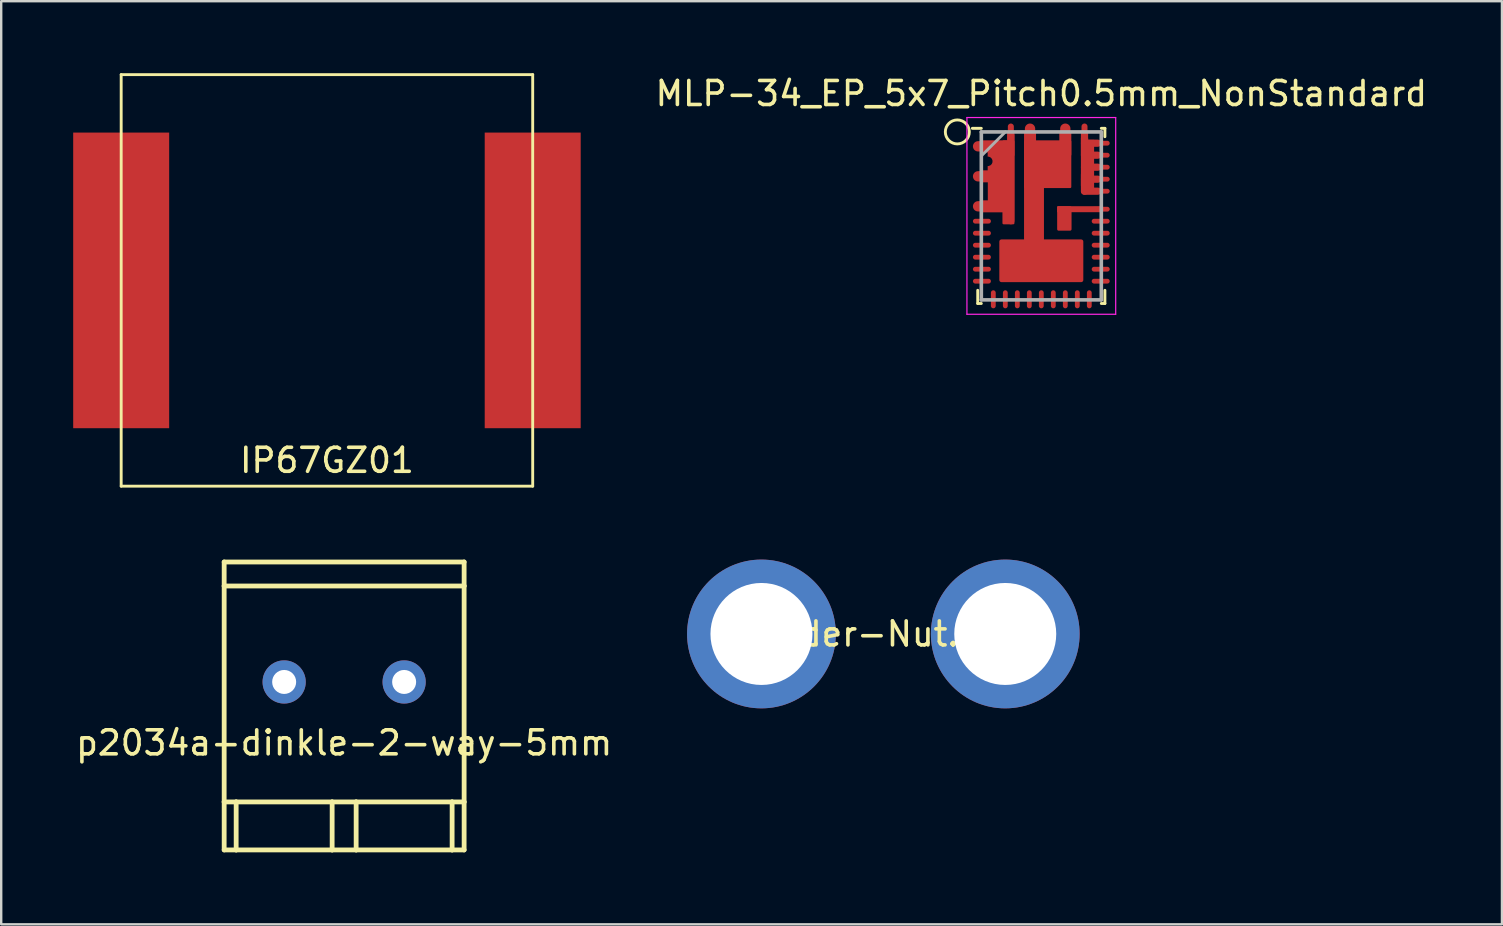
<source format=kicad_pcb>
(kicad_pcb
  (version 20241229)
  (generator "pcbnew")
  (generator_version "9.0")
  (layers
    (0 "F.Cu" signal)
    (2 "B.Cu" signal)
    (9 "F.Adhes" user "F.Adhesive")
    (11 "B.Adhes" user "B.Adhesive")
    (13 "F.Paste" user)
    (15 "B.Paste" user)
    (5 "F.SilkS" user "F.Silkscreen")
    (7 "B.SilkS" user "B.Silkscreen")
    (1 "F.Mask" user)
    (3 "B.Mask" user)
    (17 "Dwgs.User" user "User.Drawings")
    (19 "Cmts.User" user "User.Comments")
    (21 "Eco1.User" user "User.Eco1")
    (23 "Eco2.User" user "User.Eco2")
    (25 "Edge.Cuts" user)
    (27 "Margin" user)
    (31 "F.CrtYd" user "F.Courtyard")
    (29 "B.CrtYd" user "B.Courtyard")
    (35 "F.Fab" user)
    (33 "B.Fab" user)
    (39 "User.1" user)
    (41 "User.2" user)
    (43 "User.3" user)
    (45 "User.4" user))
  (footprint "IP67GZ01"
    (layer "F.Cu")
    (at 10.575 8.635)
    (property "Reference" "IP67GZ01" (at 0 7.5 0) (layer "F.SilkS") (effects (font (size 1 1) (thickness 0.15))))
    (attr through_hole)
    (fp_line (start -8.575 -8.575) (end -8.575 8.575) (stroke (width 0.12) (type solid)) (layer "F.SilkS"))
    (fp_line (start -8.575 -8.575) (end 8.575 -8.575) (stroke (width 0.12) (type solid)) (layer "F.SilkS"))
    (fp_line (start -8.575 8.575) (end 8.575 8.575) (stroke (width 0.12) (type solid)) (layer "F.SilkS"))
    (fp_line (start 8.575 -8.575) (end 8.575 8.575) (stroke (width 0.12) (type solid)) (layer "F.SilkS"))
    (pad "1" smd rect (at -8.575 0) (size 4 12.32) (layers "F.Cu" "F.Mask" "F.Paste"))
    (pad "2" smd rect (at 8.575 0) (size 4 12.32) (layers "F.Cu" "F.Mask" "F.Paste")))
  (footprint "Solder-Nut.2x1"
    (layer "F.Cu")
    (at 33.763 23.37)
    (property "Reference" "Solder-Nut.2x1" (at 0 0 0) (layer "F.SilkS") (effects (font (size 1 1) (thickness 0.15))))
    (attr through_hole)
    (pad "1" thru_hole circle (at -5.08 0) (size 6.2 6.2) (drill 4.25) (layers "*.Cu" "*.Mask"))
    (pad "2" thru_hole circle (at 5.08 0) (size 6.2 6.2) (drill 4.25) (layers "*.Cu" "*.Mask")))
  (footprint "MLP-34_EP_5x7_Pitch0.5mm_NonStandard"
    (layer "F.Cu")
    (at 40.346 5.948)
    (property "Reference" "MLP-34_EP_5x7_Pitch0.5mm_NonStandard" (at 0 -5.1 0) (layer "F.SilkS") (effects (font (size 1 1) (thickness 0.15))))
    (attr smd)
    (fp_line (start -2.65 3.65) (end -2.65 3.1) (stroke (width 0.12) (type solid)) (layer "F.SilkS"))
    (fp_line (start -2.5 -3.65) (end -2.875 -3.65) (stroke (width 0.12) (type solid)) (layer "F.SilkS"))
    (fp_line (start -2.5 3.65) (end -2.65 3.65) (stroke (width 0.12) (type solid)) (layer "F.SilkS"))
    (fp_line (start 2.5 -3.65) (end 2.65 -3.65) (stroke (width 0.12) (type solid)) (layer "F.SilkS"))
    (fp_line (start 2.5 3.65) (end 2.65 3.65) (stroke (width 0.12) (type solid)) (layer "F.SilkS"))
    (fp_line (start 2.65 -3.65) (end 2.65 -3.3) (stroke (width 0.12) (type solid)) (layer "F.SilkS"))
    (fp_line (start 2.65 3.65) (end 2.65 3.1) (stroke (width 0.12) (type solid)) (layer "F.SilkS"))
    (fp_circle (center -3.5 -3.5) (end -3.5 -4) (stroke (width 0.12) (type solid)) (fill no) (layer "F.SilkS"))
    (fp_line (start -3.1 -4.1) (end 3.1 -4.1) (stroke (width 0.05) (type solid)) (layer "F.CrtYd"))
    (fp_line (start -3.1 4.1) (end -3.1 -4.1) (stroke (width 0.05) (type solid)) (layer "F.CrtYd"))
    (fp_line (start 3.1 -4.1) (end 3.1 4.1) (stroke (width 0.05) (type solid)) (layer "F.CrtYd"))
    (fp_line (start 3.1 4.1) (end -3.1 4.1) (stroke (width 0.05) (type solid)) (layer "F.CrtYd"))
    (fp_line (start -2.5 -3.5) (end -2.5 3.5) (stroke (width 0.15) (type solid)) (layer "F.Fab"))
    (fp_line (start -2.5 -2.5) (end -1.5 -3.5) (stroke (width 0.12) (type solid)) (layer "F.Fab"))
    (fp_line (start -2.5 3.5) (end 2.5 3.5) (stroke (width 0.15) (type solid)) (layer "F.Fab"))
    (fp_line (start 2.5 -3.5) (end -2.5 -3.5) (stroke (width 0.15) (type solid)) (layer "F.Fab"))
    (fp_line (start 2.5 3.5) (end 2.5 -3.5) (stroke (width 0.15) (type solid)) (layer "F.Fab"))
    (pad "1" smd oval (at -2.475 -2.9 90) (size 0.43 0.75) (layers "F.Cu" "F.Mask" "F.Paste"))
    (pad "1" smd roundrect (at -1.875 -2.9) (size 1.25 0.5) (layers "F.Cu" "F.Mask" "F.Paste") (roundrect_rratio 0.1))
    (pad "2" smd oval (at -2.475 -1.65 90) (size 0.43 0.75) (layers "F.Cu" "F.Mask" "F.Paste"))
    (pad "2" smd roundrect (at -2 -1.65) (size 1 0.5) (layers "F.Cu" "F.Mask" "F.Paste") (roundrect_rratio 0.1))
    (pad "3" smd oval (at -2.475 -0.4 90) (size 0.43 0.75) (layers "F.Cu" "F.Mask" "F.Paste"))
    (pad "3" smd roundrect (at -2 -0.4) (size 1 0.5) (layers "F.Cu" "F.Mask" "F.Paste") (roundrect_rratio 0.1))
    (pad "4" smd oval (at -2.475 0.22 90) (size 0.2 0.75) (layers "F.Cu" "F.Mask" "F.Paste"))
    (pad "5" smd oval (at -2.475 0.72 90) (size 0.2 0.75) (layers "F.Cu" "F.Mask" "F.Paste"))
    (pad "6" smd oval (at -2.475 1.22 90) (size 0.2 0.75) (layers "F.Cu" "F.Mask" "F.Paste"))
    (pad "7" smd oval (at -2.475 1.72 90) (size 0.2 0.75) (layers "F.Cu" "F.Mask" "F.Paste"))
    (pad "8" smd oval (at -2.475 2.22 90) (size 0.2 0.75) (layers "F.Cu" "F.Mask" "F.Paste"))
    (pad "9" smd oval (at -2.475 2.72 90) (size 0.2 0.75) (layers "F.Cu" "F.Mask" "F.Paste"))
    (pad "10" smd oval (at -2 3.475) (size 0.2 0.75) (layers "F.Cu" "F.Mask" "F.Paste"))
    (pad "11" smd oval (at -1.5 3.475) (size 0.2 0.75) (layers "F.Cu" "F.Mask" "F.Paste"))
    (pad "12" smd oval (at -1 3.475) (size 0.2 0.75) (layers "F.Cu" "F.Mask" "F.Paste"))
    (pad "13" smd oval (at -0.5 3.475) (size 0.2 0.75) (layers "F.Cu" "F.Mask" "F.Paste"))
    (pad "14" smd oval (at 0 3.475) (size 0.2 0.75) (layers "F.Cu" "F.Mask" "F.Paste"))
    (pad "15" smd oval (at 0.5 3.475) (size 0.2 0.75) (layers "F.Cu" "F.Mask" "F.Paste"))
    (pad "16" smd oval (at 1 3.475) (size 0.2 0.75) (layers "F.Cu" "F.Mask" "F.Paste"))
    (pad "17" smd oval (at 1.5 3.475) (size 0.2 0.75) (layers "F.Cu" "F.Mask" "F.Paste"))
    (pad "18" smd oval (at 2 3.475) (size 0.2 0.75) (layers "F.Cu" "F.Mask" "F.Paste"))
    (pad "19" smd oval (at 2.475 2.72 90) (size 0.2 0.75) (layers "F.Cu" "F.Mask" "F.Paste"))
    (pad "20" smd oval (at 2.475 2.22 90) (size 0.2 0.75) (layers "F.Cu" "F.Mask" "F.Paste"))
    (pad "21" smd oval (at 2.475 1.72 90) (size 0.2 0.75) (layers "F.Cu" "F.Mask" "F.Paste"))
    (pad "22" smd oval (at 2.475 1.22 90) (size 0.2 0.75) (layers "F.Cu" "F.Mask" "F.Paste"))
    (pad "23" smd oval (at 2.475 0.72 90) (size 0.2 0.75) (layers "F.Cu" "F.Mask" "F.Paste"))
    (pad "24" smd oval (at 2.475 0.22 90) (size 0.2 0.75) (layers "F.Cu" "F.Mask" "F.Paste"))
    (pad "25" smd roundrect (at 0.96 0.105) (size 0.6 1.02) (layers "F.Cu" "F.Mask" "F.Paste") (roundrect_rratio 0.1))
    (pad "25" smd roundrect (at 1.58 -0.28) (size 1.84 0.25) (layers "F.Cu" "F.Mask" "F.Paste") (roundrect_rratio 0.1))
    (pad "25" smd oval (at 2.475 -0.28 90) (size 0.2 0.75) (layers "F.Cu" "F.Mask" "F.Paste"))
    (pad "26" smd oval (at 2.075 -1.03) (size 0.85 0.3) (layers "F.Cu" "F.Mask" "F.Paste"))
    (pad "26" smd oval (at 2.475 -1.03 90) (size 0.2 0.75) (layers "F.Cu" "F.Mask" "F.Paste"))
    (pad "27" smd oval (at 2.075 -1.53) (size 0.85 0.3) (layers "F.Cu" "F.Mask" "F.Paste"))
    (pad "27" smd oval (at 2.475 -1.53 90) (size 0.2 0.75) (layers "F.Cu" "F.Mask" "F.Paste"))
    (pad "28" smd oval (at 2.075 -2.03) (size 0.85 0.3) (layers "F.Cu" "F.Mask" "F.Paste"))
    (pad "28" smd oval (at 2.475 -2.03 90) (size 0.2 0.75) (layers "F.Cu" "F.Mask" "F.Paste"))
    (pad "29" smd oval (at 2.075 -2.53) (size 0.85 0.3) (layers "F.Cu" "F.Mask" "F.Paste"))
    (pad "29" smd oval (at 2.475 -2.53 90) (size 0.2 0.75) (layers "F.Cu" "F.Mask" "F.Paste"))
    (pad "30" smd oval (at 2.075 -3.03) (size 0.85 0.3) (layers "F.Cu" "F.Mask" "F.Paste"))
    (pad "30" smd oval (at 2.475 -3.03 90) (size 0.2 0.75) (layers "F.Cu" "F.Mask" "F.Paste"))
    (pad "31" smd oval (at 1.8 -3.475) (size 0.25 0.75) (layers "F.Cu" "F.Mask" "F.Paste"))
    (pad "31" smd roundrect (at 1.8 -3) (size 0.3 1) (layers "F.Cu" "F.Mask" "F.Paste") (roundrect_rratio 0.1))
    (pad "31" smd custom (at 1.8 -2.25) (size 0.3 2) (layers "F.Cu" "F.Mask" "F.Paste") (options (anchor rect)) (primitives (gr_poly (pts (xy 0 -0.92) (xy 0.4 -0.92) (xy 0.4 1.25) (xy 0 1.25)) (width 0) (fill yes))))
    (pad "31" smd oval (at 1.8 -1.38) (size 0.3 1) (layers "F.Cu" "F.Mask" "F.Paste"))
    (pad "32" smd roundrect (at -0.305 -0.5) (size 0.83 5) (layers "F.Cu" "F.Mask" "F.Paste") (roundrect_rratio 0.25))
    (pad "32" smd roundrect (at 0 1.87) (size 3.5 1.78) (layers "F.Cu" "F.Mask" "F.Paste") (roundrect_rratio 0.05))
    (pad "32" smd roundrect (at 0.265 -2.155) (size 1.97 1.99) (layers "F.Cu" "F.Mask" "F.Paste") (roundrect_rratio 0.025))
    (pad "32" smd oval (at 1 -3.475) (size 0.43 0.75) (layers "F.Cu" "F.Mask" "F.Paste"))
    (pad "32" smd roundrect (at 1 -3) (size 0.5 1) (layers "F.Cu" "F.Mask" "F.Paste") (roundrect_rratio 0.1))
    (pad "33" smd oval (at -0.47 -3.475) (size 0.43 0.75) (layers "F.Cu" "F.Mask" "F.Paste"))
    (pad "33" smd roundrect (at -0.47 -3) (size 0.5 1) (layers "F.Cu" "F.Mask" "F.Paste") (roundrect_rratio 0.1))
    (pad "34" smd custom (at -1.83 -2.275) (size 0.4 1) (layers "F.Cu" "F.Mask" "F.Paste") (options (anchor rect)) (primitives (gr_arc (start -0.4 -0.2) (mid -0.2 0) (end -0.4 0.2) (width 0.01)) (gr_line (start -0.4 -0.2) (end -0.4 -0.5) (width 0.01)) (gr_line (start -0.4 -0.5) (end 0.6 -0.5) (width 0.01)) (gr_line (start 0.6 -0.5) (end 0.6 0.5) (width 0.01)) (gr_line (start 0.6 0.5) (end -0.4 0.5) (width 0.01)) (gr_line (start -0.4 0.5) (end -0.4 0.2) (width 0.01)) (gr_arc (start -0.3353 -0.24148) (mid -0.150003 -0.000004) (end -0.335292 0.241478) (width 0.1)) (gr_poly (pts (xy -0.4 0.2) (xy -0.4 0.5) (xy 0.6 0.5) (xy 0.6 0.2)) (width 0) (fill yes)) (gr_poly (pts (xy -0.4 -0.5) (xy -0.4 -0.2) (xy 0.6 -0.2) (xy 0.6 -0.5)) (width 0) (fill yes)) (gr_poly (pts (xy 0 0.5) (xy 0.6 0.5) (xy 0.6 -0.5) (xy 0 -0.5)) (width 0) (fill yes))))
    (pad "34" smd rect (at -1.73 -1) (size 1 1) (layers "F.Cu" "F.Mask" "F.Paste"))
    (pad "34" smd roundrect (at -1.37 -1.4) (size 0.5 3.5) (layers "F.Cu" "F.Mask" "F.Paste") (roundrect_rratio 0.1))
    (pad "34" smd oval (at -1.27 -3.475) (size 0.25 0.75) (layers "F.Cu" "F.Mask" "F.Paste"))
    (pad "34" smd roundrect (at -1.27 -3) (size 0.3 1) (layers "F.Cu" "F.Mask" "F.Paste") (roundrect_rratio 0.1))
    (pad "34" smd oval (at -1.27 -1.575) (size 0.3 3.85) (layers "F.Cu" "F.Mask" "F.Paste")))
  (footprint "p2034a-dinkle-2-way-5mm"
    (layer "F.Cu")
    (at 8.792 25.37)
    (property "Reference" "p2034a-dinkle-2-way-5mm" (at 2.5 2.54 0) (layer "F.SilkS") (effects (font (size 1 1) (thickness 0.15))))
    (attr through_hole)
    (fp_line (start -2.5 -5) (end -2.5 -4) (stroke (width 0.2) (type solid)) (layer "F.SilkS"))
    (fp_line (start -2.5 -4) (end -2.5 5) (stroke (width 0.2) (type solid)) (layer "F.SilkS"))
    (fp_line (start -2.5 -4) (end 7.5 -4) (stroke (width 0.2) (type solid)) (layer "F.SilkS"))
    (fp_line (start -2.5 5) (end -2 5) (stroke (width 0.2) (type solid)) (layer "F.SilkS"))
    (fp_line (start -2.5 7) (end -2.5 5) (stroke (width 0.2) (type solid)) (layer "F.SilkS"))
    (fp_line (start -2 5) (end 2 5) (stroke (width 0.2) (type solid)) (layer "F.SilkS"))
    (fp_line (start -2 7) (end -2.5 7) (stroke (width 0.2) (type solid)) (layer "F.SilkS"))
    (fp_line (start -2 7) (end -2 5) (stroke (width 0.2) (type solid)) (layer "F.SilkS"))
    (fp_line (start 2 5) (end 2 7) (stroke (width 0.2) (type solid)) (layer "F.SilkS"))
    (fp_line (start 2 5) (end 3 5) (stroke (width 0.2) (type solid)) (layer "F.SilkS"))
    (fp_line (start 2 7) (end -2 7) (stroke (width 0.2) (type solid)) (layer "F.SilkS"))
    (fp_line (start 3 5) (end 7 5) (stroke (width 0.2) (type solid)) (layer "F.SilkS"))
    (fp_line (start 3 7) (end 2 7) (stroke (width 0.2) (type solid)) (layer "F.SilkS"))
    (fp_line (start 3 7) (end 3 5) (stroke (width 0.2) (type solid)) (layer "F.SilkS"))
    (fp_line (start 7 5) (end 7 7) (stroke (width 0.2) (type solid)) (layer "F.SilkS"))
    (fp_line (start 7 5) (end 7.5 5) (stroke (width 0.2) (type solid)) (layer "F.SilkS"))
    (fp_line (start 7 7) (end 3 7) (stroke (width 0.2) (type solid)) (layer "F.SilkS"))
    (fp_line (start 7.5 -5) (end -2.5 -5) (stroke (width 0.2) (type solid)) (layer "F.SilkS"))
    (fp_line (start 7.5 -4) (end 7.5 -5) (stroke (width 0.2) (type solid)) (layer "F.SilkS"))
    (fp_line (start 7.5 5) (end 7.5 -4) (stroke (width 0.2) (type solid)) (layer "F.SilkS"))
    (fp_line (start 7.5 5) (end 7.5 7) (stroke (width 0.2) (type solid)) (layer "F.SilkS"))
    (fp_line (start 7.5 7) (end 7 7) (stroke (width 0.2) (type solid)) (layer "F.SilkS"))
    (pad "1" thru_hole circle (at 0 0) (size 1.8 1.8) (drill 1) (layers "*.Cu" "*.Mask"))
    (pad "2" thru_hole circle (at 5 0) (size 1.8 1.8) (drill 1) (layers "*.Cu" "*.Mask")))
  (gr_rect
    (start -3 -3)
    (end 59.543 35.47)
    (stroke (width 0.1) (type default))
    (fill no)
    (layer "Edge.Cuts")))
</source>
